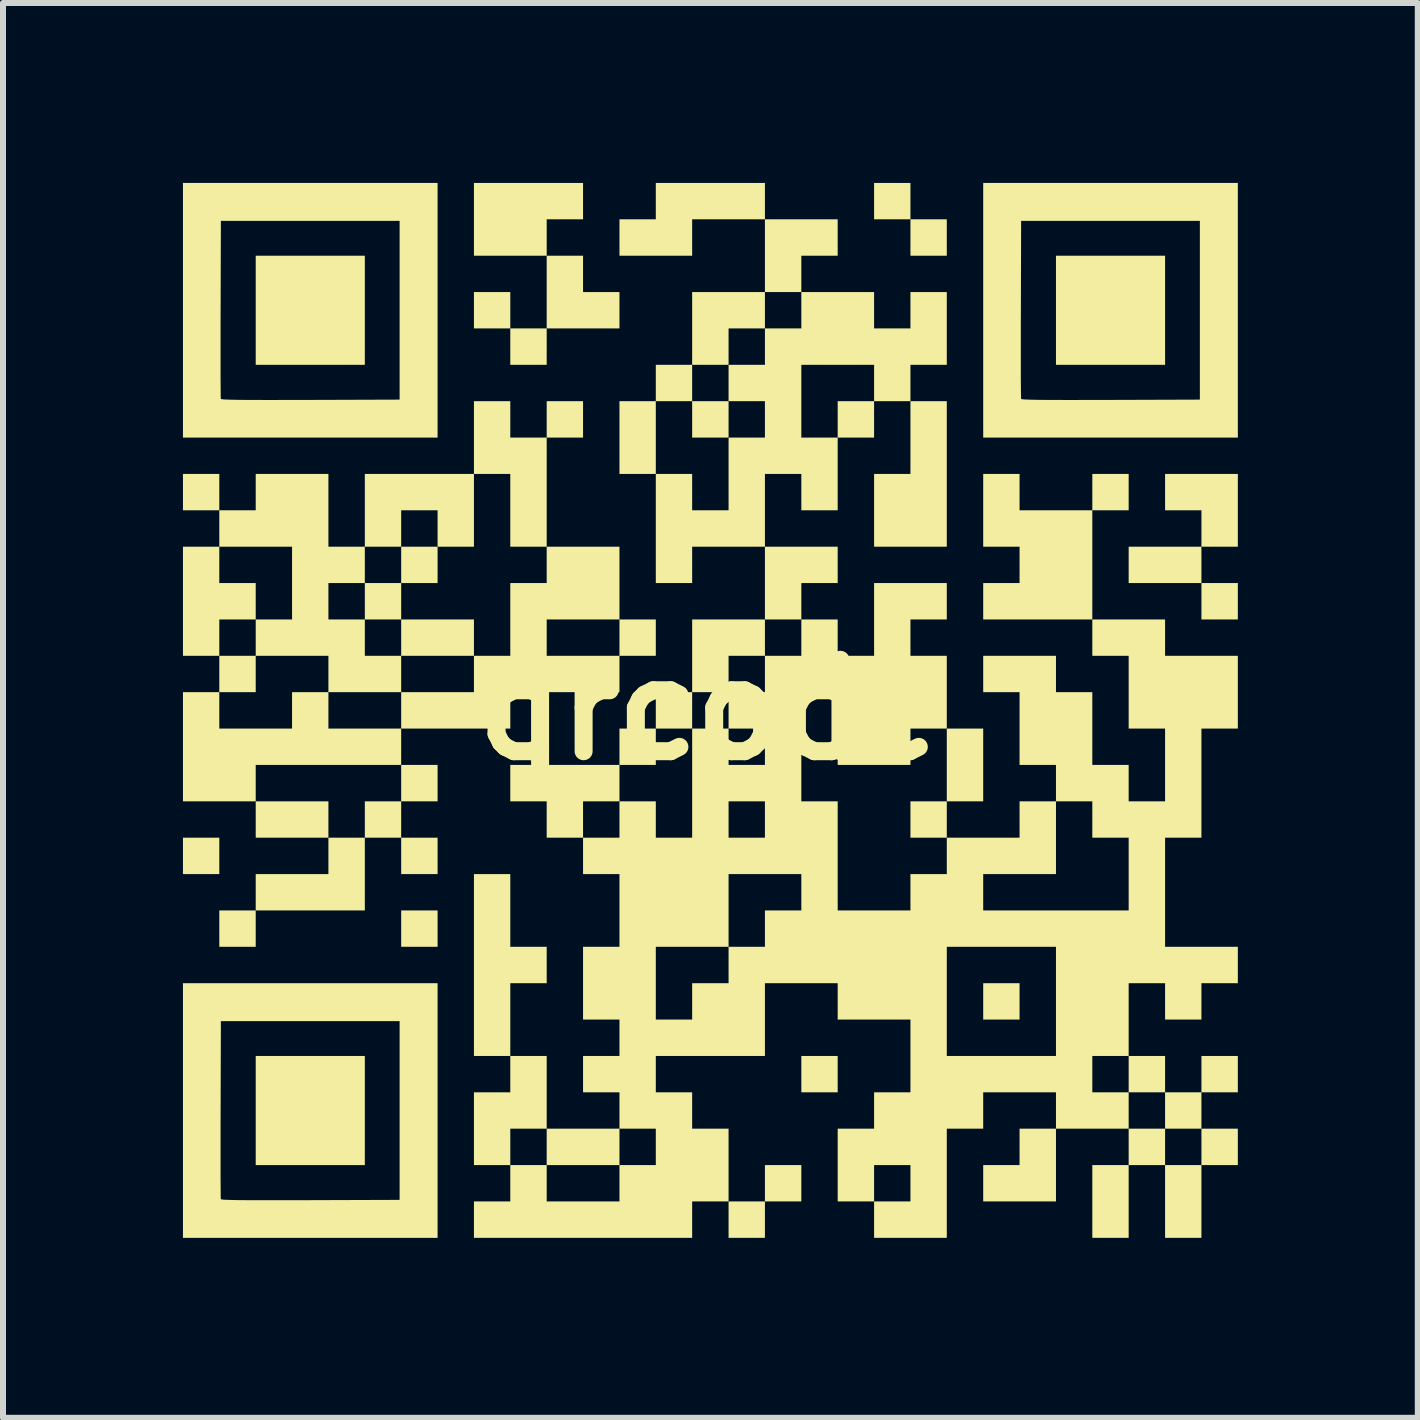
<source format=kicad_pcb>
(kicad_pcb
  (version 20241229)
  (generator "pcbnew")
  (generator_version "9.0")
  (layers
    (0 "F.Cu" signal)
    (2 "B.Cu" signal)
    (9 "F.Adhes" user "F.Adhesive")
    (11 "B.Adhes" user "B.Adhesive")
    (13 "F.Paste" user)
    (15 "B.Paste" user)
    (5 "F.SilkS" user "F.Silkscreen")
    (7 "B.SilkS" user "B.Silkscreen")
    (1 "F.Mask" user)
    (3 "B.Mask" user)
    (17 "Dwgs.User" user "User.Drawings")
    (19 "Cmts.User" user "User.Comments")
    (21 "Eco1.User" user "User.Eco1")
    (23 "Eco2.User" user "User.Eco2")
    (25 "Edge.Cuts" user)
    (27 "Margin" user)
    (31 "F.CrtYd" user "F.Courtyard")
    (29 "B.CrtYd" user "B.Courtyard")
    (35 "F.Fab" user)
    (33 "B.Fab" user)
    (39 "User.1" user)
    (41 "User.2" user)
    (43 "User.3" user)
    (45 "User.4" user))
  (footprint "qrcode"
    (layer "F.Cu")
    (at 8.784 8.784)
    (property "Reference" "qrcode" (at 0 0 0) (layer "F.SilkS") (effects (font (size 1.524 1.524) (thickness 0.3))))
    (attr board_only exclude_from_pos_files exclude_from_bom)
    (fp_poly (pts (xy -8.178 -3.327) (xy -8.784 -3.327) (xy -8.784 -3.933) (xy -8.178 -3.933)) (stroke (width 0) (type solid)) (fill yes) (layer "F.SilkS"))
    (fp_poly (pts (xy -8.178 2.738) (xy -8.784 2.738) (xy -8.784 2.131) (xy -8.178 2.131)) (stroke (width 0) (type solid)) (fill yes) (layer "F.SilkS"))
    (fp_poly (pts (xy -7.571 3.95) (xy -8.178 3.95) (xy -8.178 3.344) (xy -7.571 3.344)) (stroke (width 0) (type solid)) (fill yes) (layer "F.SilkS"))
    (fp_poly (pts (xy -6.359 2.131) (xy -7.571 2.131) (xy -7.571 1.525) (xy -6.359 1.525)) (stroke (width 0) (type solid)) (fill yes) (layer "F.SilkS"))
    (fp_poly (pts (xy -5.752 -5.752) (xy -7.571 -5.752) (xy -7.571 -7.571) (xy -5.752 -7.571)) (stroke (width 0) (type solid)) (fill yes) (layer "F.SilkS"))
    (fp_poly (pts (xy -5.752 7.589) (xy -7.571 7.589) (xy -7.571 5.77) (xy -5.752 5.77)) (stroke (width 0) (type solid)) (fill yes) (layer "F.SilkS"))
    (fp_poly (pts (xy -5.146 -1.507) (xy -5.752 -1.507) (xy -5.752 -2.114) (xy -5.146 -2.114)) (stroke (width 0) (type solid)) (fill yes) (layer "F.SilkS"))
    (fp_poly (pts (xy -5.146 2.131) (xy -5.752 2.131) (xy -5.752 1.525) (xy -5.146 1.525)) (stroke (width 0) (type solid)) (fill yes) (layer "F.SilkS"))
    (fp_poly (pts (xy -4.539 -2.114) (xy -5.146 -2.114) (xy -5.146 -2.72) (xy -4.539 -2.72)) (stroke (width 0) (type solid)) (fill yes) (layer "F.SilkS"))
    (fp_poly (pts (xy -4.539 1.525) (xy -5.146 1.525) (xy -5.146 0.918) (xy -4.539 0.918)) (stroke (width 0) (type solid)) (fill yes) (layer "F.SilkS"))
    (fp_poly (pts (xy -4.539 2.738) (xy -5.146 2.738) (xy -5.146 2.131) (xy -4.539 2.131)) (stroke (width 0) (type solid)) (fill yes) (layer "F.SilkS"))
    (fp_poly (pts (xy -4.539 3.95) (xy -5.146 3.95) (xy -5.146 3.344) (xy -4.539 3.344)) (stroke (width 0) (type solid)) (fill yes) (layer "F.SilkS"))
    (fp_poly (pts (xy -3.933 -0.901) (xy -5.146 -0.901) (xy -5.146 -1.507) (xy -3.933 -1.507)) (stroke (width 0) (type solid)) (fill yes) (layer "F.SilkS"))
    (fp_poly (pts (xy -3.327 -6.359) (xy -3.933 -6.359) (xy -3.933 -6.965) (xy -3.327 -6.965)) (stroke (width 0) (type solid)) (fill yes) (layer "F.SilkS"))
    (fp_poly (pts (xy -2.72 -5.752) (xy -3.327 -5.752) (xy -3.327 -6.359) (xy -2.72 -6.359)) (stroke (width 0) (type solid)) (fill yes) (layer "F.SilkS"))
    (fp_poly (pts (xy -2.114 -4.539) (xy -2.72 -4.539) (xy -2.72 -5.146) (xy -2.114 -5.146)) (stroke (width 0) (type solid)) (fill yes) (layer "F.SilkS"))
    (fp_poly (pts (xy 0.312 -4.539) (xy -0.295 -4.539) (xy -0.295 -5.146) (xy 0.312 -5.146)) (stroke (width 0) (type solid)) (fill yes) (layer "F.SilkS"))
    (fp_poly (pts (xy 0.918 8.802) (xy 0.312 8.802) (xy 0.312 8.195) (xy 0.918 8.195)) (stroke (width 0) (type solid)) (fill yes) (layer "F.SilkS"))
    (fp_poly (pts (xy 1.525 8.195) (xy 0.918 8.195) (xy 0.918 7.589) (xy 1.525 7.589)) (stroke (width 0) (type solid)) (fill yes) (layer "F.SilkS"))
    (fp_poly (pts (xy 2.131 6.376) (xy 1.525 6.376) (xy 1.525 5.77) (xy 2.131 5.77)) (stroke (width 0) (type solid)) (fill yes) (layer "F.SilkS"))
    (fp_poly (pts (xy 3.344 -8.178) (xy 2.738 -8.178) (xy 2.738 -8.784) (xy 3.344 -8.784)) (stroke (width 0) (type solid)) (fill yes) (layer "F.SilkS"))
    (fp_poly (pts (xy 3.95 -7.571) (xy 3.344 -7.571) (xy 3.344 -8.178) (xy 3.95 -8.178)) (stroke (width 0) (type solid)) (fill yes) (layer "F.SilkS"))
    (fp_poly (pts (xy 3.95 2.131) (xy 3.344 2.131) (xy 3.344 1.525) (xy 3.95 1.525)) (stroke (width 0) (type solid)) (fill yes) (layer "F.SilkS"))
    (fp_poly (pts (xy 4.557 1.525) (xy 3.95 1.525) (xy 3.95 0.312) (xy 4.557 0.312)) (stroke (width 0) (type solid)) (fill yes) (layer "F.SilkS"))
    (fp_poly (pts (xy 5.163 5.163) (xy 4.557 5.163) (xy 4.557 4.557) (xy 5.163 4.557)) (stroke (width 0) (type solid)) (fill yes) (layer "F.SilkS"))
    (fp_poly (pts (xy 6.982 -3.327) (xy 6.376 -3.327) (xy 6.376 -3.933) (xy 6.982 -3.933)) (stroke (width 0) (type solid)) (fill yes) (layer "F.SilkS"))
    (fp_poly (pts (xy 6.982 8.802) (xy 6.376 8.802) (xy 6.376 7.589) (xy 6.982 7.589)) (stroke (width 0) (type solid)) (fill yes) (layer "F.SilkS"))
    (fp_poly (pts (xy 7.589 -5.752) (xy 5.77 -5.752) (xy 5.77 -7.571) (xy 7.589 -7.571)) (stroke (width 0) (type solid)) (fill yes) (layer "F.SilkS"))
    (fp_poly (pts (xy 7.589 6.376) (xy 6.982 6.376) (xy 6.982 5.77) (xy 7.589 5.77)) (stroke (width 0) (type solid)) (fill yes) (layer "F.SilkS"))
    (fp_poly (pts (xy 7.589 7.589) (xy 6.982 7.589) (xy 6.982 6.982) (xy 7.589 6.982)) (stroke (width 0) (type solid)) (fill yes) (layer "F.SilkS"))
    (fp_poly (pts (xy 8.195 -2.114) (xy 6.982 -2.114) (xy 6.982 -2.72) (xy 8.195 -2.72)) (stroke (width 0) (type solid)) (fill yes) (layer "F.SilkS"))
    (fp_poly (pts (xy 8.195 6.982) (xy 7.589 6.982) (xy 7.589 6.376) (xy 8.195 6.376)) (stroke (width 0) (type solid)) (fill yes) (layer "F.SilkS"))
    (fp_poly (pts (xy 8.195 8.802) (xy 7.589 8.802) (xy 7.589 7.589) (xy 8.195 7.589)) (stroke (width 0) (type solid)) (fill yes) (layer "F.SilkS"))
    (fp_poly (pts (xy 8.802 -1.507) (xy 8.195 -1.507) (xy 8.195 -2.114) (xy 8.802 -2.114)) (stroke (width 0) (type solid)) (fill yes) (layer "F.SilkS"))
    (fp_poly (pts (xy 8.802 6.376) (xy 8.195 6.376) (xy 8.195 5.77) (xy 8.802 5.77)) (stroke (width 0) (type solid)) (fill yes) (layer "F.SilkS"))
    (fp_poly (pts (xy 8.802 7.589) (xy 8.195 7.589) (xy 8.195 6.982) (xy 8.802 6.982)) (stroke (width 0) (type solid)) (fill yes) (layer "F.SilkS"))
    (fp_poly (pts (xy -5.752 3.344) (xy -7.571 3.344) (xy -7.571 2.738) (xy -6.359 2.738) (xy -6.359 2.131) (xy -5.752 2.131)) (stroke (width 0) (type solid)) (fill yes) (layer "F.SilkS"))
    (fp_poly (pts (xy -2.114 -8.178) (xy -2.72 -8.178) (xy -2.72 -7.571) (xy -3.933 -7.571) (xy -3.933 -8.784) (xy -2.114 -8.784)) (stroke (width 0) (type solid)) (fill yes) (layer "F.SilkS"))
    (fp_poly (pts (xy -2.114 -6.965) (xy -1.507 -6.965) (xy -1.507 -6.359) (xy -2.72 -6.359) (xy -2.72 -7.571) (xy -2.114 -7.571)) (stroke (width 0) (type solid)) (fill yes) (layer "F.SilkS"))
    (fp_poly (pts (xy 3.95 -2.72) (xy 2.738 -2.72) (xy 2.738 -3.933) (xy 3.344 -3.933) (xy 3.344 -5.146) (xy 3.95 -5.146)) (stroke (width 0) (type solid)) (fill yes) (layer "F.SilkS"))
    (fp_poly (pts (xy 5.77 8.195) (xy 4.557 8.195) (xy 4.557 7.589) (xy 5.163 7.589) (xy 5.163 6.982) (xy 5.77 6.982)) (stroke (width 0) (type solid)) (fill yes) (layer "F.SilkS"))
    (fp_poly (pts (xy 8.802 -2.72) (xy 8.195 -2.72) (xy 8.195 -3.327) (xy 7.589 -3.327) (xy 7.589 -3.933) (xy 8.802 -3.933)) (stroke (width 0) (type solid)) (fill yes) (layer "F.SilkS"))
    (fp_poly (pts (xy -3.327 3.95) (xy -2.72 3.95) (xy -2.72 4.557) (xy -3.327 4.557) (xy -3.327 5.77) (xy -3.933 5.77) (xy -3.933 2.738) (xy -3.327 2.738)) (stroke (width 0) (type solid)) (fill yes) (layer "F.SilkS"))
    (fp_poly (pts (xy 0.918 -8.178) (xy -0.295 -8.178) (xy -0.295 -7.571) (xy -1.507 -7.571) (xy -1.507 -8.178) (xy -0.901 -8.178) (xy -0.901 -8.784) (xy 0.918 -8.784)) (stroke (width 0) (type solid)) (fill yes) (layer "F.SilkS"))
    (fp_poly (pts (xy 5.163 -3.327) (xy 6.376 -3.327) (xy 6.376 -1.507) (xy 4.557 -1.507) (xy 4.557 -2.114) (xy 5.163 -2.114) (xy 5.163 -2.72) (xy 4.557 -2.72) (xy 4.557 -3.933) (xy 5.163 -3.933)) (stroke (width 0) (type solid)) (fill yes) (layer "F.SilkS"))
    (fp_poly (pts (xy -4.539 -4.539) (xy -8.784 -4.539) (xy -8.784 -6.042) (xy -8.157 -6.042) (xy -8.157 -5.855) (xy -8.157 -5.687) (xy -8.157 -5.538) (xy -8.156 -5.412) (xy -8.155 -5.311) (xy -8.155 -5.238) (xy -8.153 -5.195) (xy -8.153 -5.185) (xy -8.145 -5.181) (xy -8.123 -5.177) (xy -8.085 -5.174) (xy -8.031 -5.172) (xy -7.956 -5.17) (xy -7.861 -5.168) (xy -7.742 -5.167) (xy -7.599 -5.167) (xy -7.428 -5.166) (xy -7.23 -5.166) (xy -7 -5.167) (xy -6.739 -5.167) (xy -6.658 -5.167) (xy -5.172 -5.172) (xy -5.172 -8.152) (xy -8.152 -8.152) (xy -8.156 -6.679) (xy -8.157 -6.456) (xy -8.157 -6.243) (xy -8.157 -6.042) (xy -8.784 -6.042) (xy -8.784 -8.784) (xy -4.539 -8.784)) (stroke (width 0) (type solid)) (fill yes) (layer "F.SilkS"))
    (fp_poly (pts (xy -4.539 8.802) (xy -8.784 8.802) (xy -8.784 7.3) (xy -8.157 7.3) (xy -8.157 7.486) (xy -8.157 7.654) (xy -8.157 7.803) (xy -8.156 7.929) (xy -8.155 8.03) (xy -8.155 8.103) (xy -8.153 8.146) (xy -8.153 8.156) (xy -8.145 8.16) (xy -8.123 8.164) (xy -8.085 8.167) (xy -8.031 8.169) (xy -7.956 8.171) (xy -7.861 8.173) (xy -7.742 8.174) (xy -7.599 8.174) (xy -7.428 8.175) (xy -7.23 8.175) (xy -7 8.175) (xy -6.739 8.174) (xy -6.658 8.174) (xy -5.172 8.169) (xy -5.172 5.189) (xy -8.152 5.189) (xy -8.156 6.662) (xy -8.157 6.885) (xy -8.157 7.098) (xy -8.157 7.3) (xy -8.784 7.3) (xy -8.784 4.557) (xy -4.539 4.557)) (stroke (width 0) (type solid)) (fill yes) (layer "F.SilkS"))
    (fp_poly (pts (xy 8.802 -4.539) (xy 4.557 -4.539) (xy 4.557 -6.042) (xy 5.184 -6.042) (xy 5.184 -5.855) (xy 5.184 -5.687) (xy 5.184 -5.538) (xy 5.185 -5.412) (xy 5.186 -5.311) (xy 5.187 -5.238) (xy 5.188 -5.195) (xy 5.189 -5.185) (xy 5.196 -5.181) (xy 5.218 -5.177) (xy 5.256 -5.174) (xy 5.311 -5.172) (xy 5.385 -5.17) (xy 5.48 -5.168) (xy 5.599 -5.167) (xy 5.742 -5.167) (xy 5.913 -5.166) (xy 6.111 -5.166) (xy 6.341 -5.167) (xy 6.602 -5.167) (xy 6.683 -5.167) (xy 8.169 -5.172) (xy 8.169 -8.152) (xy 5.189 -8.152) (xy 5.185 -6.679) (xy 5.184 -6.456) (xy 5.184 -6.243) (xy 5.184 -6.042) (xy 4.557 -6.042) (xy 4.557 -8.784) (xy 8.802 -8.784)) (stroke (width 0) (type solid)) (fill yes) (layer "F.SilkS"))
    (fp_poly (pts (xy 2.738 -6.965) (xy 2.738 -6.359) (xy 3.344 -6.359) (xy 3.344 -6.965) (xy 3.95 -6.965) (xy 3.95 -5.752) (xy 3.344 -5.752) (xy 3.344 -5.146) (xy 2.738 -5.146) (xy 2.738 -4.539) (xy 2.131 -4.539) (xy 2.131 -3.327) (xy 1.525 -3.327) (xy 1.525 -3.933) (xy 0.918 -3.933) (xy 0.918 -2.72) (xy -0.295 -2.72) (xy -0.295 -2.114) (xy -0.901 -2.114) (xy -0.901 -3.933) (xy -0.295 -3.933) (xy -0.295 -3.327) (xy 0.312 -3.327) (xy 0.312 -4.539) (xy 0.918 -4.539) (xy 1.525 -4.539) (xy 2.131 -4.539) (xy 2.131 -5.146) (xy 2.738 -5.146) (xy 2.738 -5.752) (xy 1.525 -5.752) (xy 1.525 -4.539) (xy 0.918 -4.539) (xy 0.918 -5.146) (xy 0.312 -5.146) (xy 0.312 -5.752) (xy 0.918 -5.752) (xy 0.918 -6.359) (xy 1.525 -6.359) (xy 1.525 -6.965) (xy 0.918 -6.965) (xy 0.918 -6.359) (xy 0.312 -6.359) (xy 0.312 -5.752) (xy -0.295 -5.752) (xy -0.295 -5.146) (xy -0.901 -5.146) (xy -0.901 -3.933) (xy -1.507 -3.933) (xy -1.507 -5.146) (xy -0.901 -5.146) (xy -0.901 -5.752) (xy -0.295 -5.752) (xy -0.295 -6.965) (xy 0.918 -6.965) (xy 0.918 -8.178) (xy 2.131 -8.178) (xy 2.131 -7.571) (xy 1.525 -7.571) (xy 1.525 -6.965)) (stroke (width 0) (type solid)) (fill yes) (layer "F.SilkS"))
    (fp_poly (pts (xy -0.901 -1.507) (xy -0.901 -0.901) (xy -1.507 -0.901) (xy -1.507 -0.295) (xy -3.327 -0.295) (xy -3.327 0.312) (xy -5.146 0.312) (xy -5.146 0.918) (xy -7.571 0.918) (xy -7.571 1.525) (xy -8.784 1.525) (xy -8.784 0.312) (xy -8.178 0.312) (xy -6.965 0.312) (xy -6.359 0.312) (xy -5.146 0.312) (xy -5.146 -0.295) (xy -6.359 -0.295) (xy -6.359 0.312) (xy -6.965 0.312) (xy -6.965 -0.295) (xy -6.359 -0.295) (xy -6.359 -0.901) (xy -7.571 -0.901) (xy -7.571 -0.295) (xy -8.178 -0.295) (xy -8.178 0.312) (xy -8.784 0.312) (xy -8.784 -0.295) (xy -8.178 -0.295) (xy -8.178 -0.901) (xy -7.571 -0.901) (xy -7.571 -1.507) (xy -8.178 -1.507) (xy -8.178 -0.901) (xy -8.784 -0.901) (xy -8.784 -2.114) (xy -8.178 -2.114) (xy -7.571 -2.114) (xy -7.571 -1.507) (xy -6.965 -1.507) (xy -6.359 -1.507) (xy -5.752 -1.507) (xy -5.752 -0.901) (xy -5.146 -0.901) (xy -5.146 -0.295) (xy -3.933 -0.295) (xy -3.933 -0.901) (xy -3.327 -0.901) (xy -2.72 -0.901) (xy -1.507 -0.901) (xy -1.507 -1.507) (xy -2.72 -1.507) (xy -2.72 -0.901) (xy -3.327 -0.901) (xy -3.327 -2.114) (xy -2.72 -2.114) (xy -2.72 -2.72) (xy -3.327 -2.72) (xy -3.327 -3.933) (xy -3.933 -3.933) (xy -3.933 -2.72) (xy -4.539 -2.72) (xy -4.539 -3.327) (xy -5.146 -3.327) (xy -5.146 -2.72) (xy -5.752 -2.72) (xy -5.752 -2.114) (xy -6.359 -2.114) (xy -6.359 -1.507) (xy -6.965 -1.507) (xy -6.965 -2.72) (xy -8.178 -2.72) (xy -8.178 -2.114) (xy -8.784 -2.114) (xy -8.784 -2.72) (xy -8.178 -2.72) (xy -8.178 -3.327) (xy -7.571 -3.327) (xy -7.571 -3.933) (xy -6.359 -3.933) (xy -6.359 -2.72) (xy -5.752 -2.72) (xy -5.752 -3.933) (xy -3.933 -3.933) (xy -3.933 -5.146) (xy -3.327 -5.146) (xy -3.327 -4.539) (xy -2.72 -4.539) (xy -2.72 -2.72) (xy -1.507 -2.72) (xy -1.507 -1.507)) (stroke (width 0) (type solid)) (fill yes) (layer "F.SilkS"))
    (fp_poly (pts (xy 2.131 -1.507) (xy 2.131 -0.901) (xy 2.738 -0.901) (xy 2.738 -2.114) (xy 3.95 -2.114) (xy 3.95 -1.507) (xy 3.344 -1.507) (xy 3.344 -0.901) (xy 3.95 -0.901) (xy 3.95 0.312) (xy 3.344 0.312) (xy 3.344 0.918) (xy 2.131 0.918) (xy 2.131 -0.295) (xy 1.525 -0.295) (xy 1.525 1.525) (xy 2.131 1.525) (xy 2.131 3.344) (xy 3.344 3.344) (xy 4.557 3.344) (xy 6.982 3.344) (xy 6.982 2.131) (xy 6.376 2.131) (xy 6.376 1.525) (xy 5.77 1.525) (xy 5.77 2.738) (xy 4.557 2.738) (xy 4.557 3.344) (xy 3.344 3.344) (xy 3.344 2.738) (xy 3.95 2.738) (xy 3.95 2.131) (xy 5.163 2.131) (xy 5.163 1.525) (xy 5.77 1.525) (xy 5.77 0.918) (xy 5.163 0.918) (xy 5.163 -0.295) (xy 4.557 -0.295) (xy 4.557 -0.901) (xy 5.77 -0.901) (xy 5.77 -0.295) (xy 6.376 -0.295) (xy 6.376 0.918) (xy 6.982 0.918) (xy 6.982 1.525) (xy 7.589 1.525) (xy 7.589 0.312) (xy 6.982 0.312) (xy 6.982 -0.901) (xy 6.376 -0.901) (xy 6.376 -1.507) (xy 7.589 -1.507) (xy 7.589 -0.901) (xy 8.802 -0.901) (xy 8.802 0.312) (xy 8.195 0.312) (xy 8.195 2.131) (xy 7.589 2.131) (xy 7.589 3.95) (xy 8.802 3.95) (xy 8.802 4.557) (xy 8.195 4.557) (xy 8.195 5.163) (xy 7.589 5.163) (xy 7.589 4.557) (xy 6.982 4.557) (xy 6.982 5.77) (xy 6.376 5.77) (xy 6.376 6.376) (xy 6.982 6.376) (xy 6.982 6.982) (xy 5.77 6.982) (xy 5.77 6.376) (xy 4.557 6.376) (xy 4.557 6.982) (xy 3.95 6.982) (xy 3.95 8.802) (xy 2.738 8.802) (xy 2.738 8.195) (xy 3.344 8.195) (xy 3.344 7.589) (xy 2.738 7.589) (xy 2.738 8.195) (xy 2.131 8.195) (xy 2.131 6.982) (xy 2.738 6.982) (xy 2.738 6.376) (xy 3.344 6.376) (xy 3.344 5.77) (xy 3.95 5.77) (xy 5.77 5.77) (xy 5.77 3.95) (xy 3.95 3.95) (xy 3.95 5.77) (xy 3.344 5.77) (xy 3.344 5.163) (xy 2.131 5.163) (xy 2.131 4.557) (xy 0.918 4.557) (xy 0.918 5.77) (xy -0.901 5.77) (xy -0.901 6.376) (xy -0.295 6.376) (xy -0.295 6.982) (xy 0.312 6.982) (xy 0.312 8.195) (xy -0.295 8.195) (xy -0.295 8.802) (xy -3.933 8.802) (xy -3.933 8.195) (xy -3.327 8.195) (xy -2.72 8.195) (xy -1.507 8.195) (xy -1.507 7.589) (xy -0.901 7.589) (xy -0.901 6.982) (xy -1.507 6.982) (xy -1.507 7.589) (xy -2.72 7.589) (xy -2.72 8.195) (xy -3.327 8.195) (xy -3.327 7.589) (xy -2.72 7.589) (xy -2.72 6.982) (xy -3.327 6.982) (xy -3.327 7.589) (xy -3.933 7.589) (xy -3.933 6.376) (xy -3.327 6.376) (xy -3.327 5.77) (xy -2.72 5.77) (xy -2.72 6.982) (xy -1.507 6.982) (xy -1.507 6.376) (xy -2.114 6.376) (xy -2.114 5.77) (xy -1.507 5.77) (xy -1.507 5.163) (xy -0.901 5.163) (xy -0.295 5.163) (xy -0.295 4.557) (xy 0.312 4.557) (xy 0.312 3.95) (xy 0.918 3.95) (xy 0.918 3.344) (xy 1.525 3.344) (xy 1.525 2.738) (xy 0.312 2.738) (xy 0.312 3.95) (xy -0.901 3.95) (xy -0.901 5.163) (xy -1.507 5.163) (xy -2.114 5.163) (xy -2.114 3.95) (xy -1.507 3.95) (xy -1.507 2.738) (xy -2.114 2.738) (xy -2.114 2.131) (xy -1.507 2.131) (xy -1.507 1.525) (xy -0.901 1.525) (xy -0.901 2.131) (xy -0.295 2.131) (xy 0.312 2.131) (xy 0.918 2.131) (xy 0.918 1.525) (xy 0.312 1.525) (xy 0.312 2.131) (xy -0.295 2.131) (xy -0.295 0.918) (xy 0.312 0.918) (xy 0.918 0.918) (xy 0.918 0.312) (xy 0.312 0.312) (xy 0.312 0.918) (xy -0.295 0.918) (xy -0.295 0.312) (xy 0.312 0.312) (xy 0.312 -0.295) (xy 0.918 -0.295) (xy 0.918 -0.901) (xy 1.525 -0.901) (xy 1.525 -1.507) (xy 0.918 -1.507) (xy 0.918 -0.901) (xy 0.312 -0.901) (xy 0.312 -0.295) (xy -0.295 -0.295) (xy -0.295 0.312) (xy -0.901 0.312) (xy -0.901 0.918) (xy -1.507 0.918) (xy -1.507 1.525) (xy -2.114 1.525) (xy -2.114 2.131) (xy -2.72 2.131) (xy -2.72 1.525) (xy -3.327 1.525) (xy -3.327 0.918) (xy -1.507 0.918) (xy -1.507 0.312) (xy -0.901 0.312) (xy -0.901 -0.295) (xy -0.295 -0.295) (xy -0.295 -1.507) (xy 0.918 -1.507) (xy 0.918 -2.72) (xy 2.131 -2.72) (xy 2.131 -2.114) (xy 1.525 -2.114) (xy 1.525 -1.507)) (stroke (width 0) (type solid)) (fill yes) (layer "F.SilkS")))
  (gr_rect
    (start -3 -3)
    (end 20.586 20.586)
    (stroke (width 0.1) (type default))
    (fill no)
    (layer "Edge.Cuts")))
</source>
